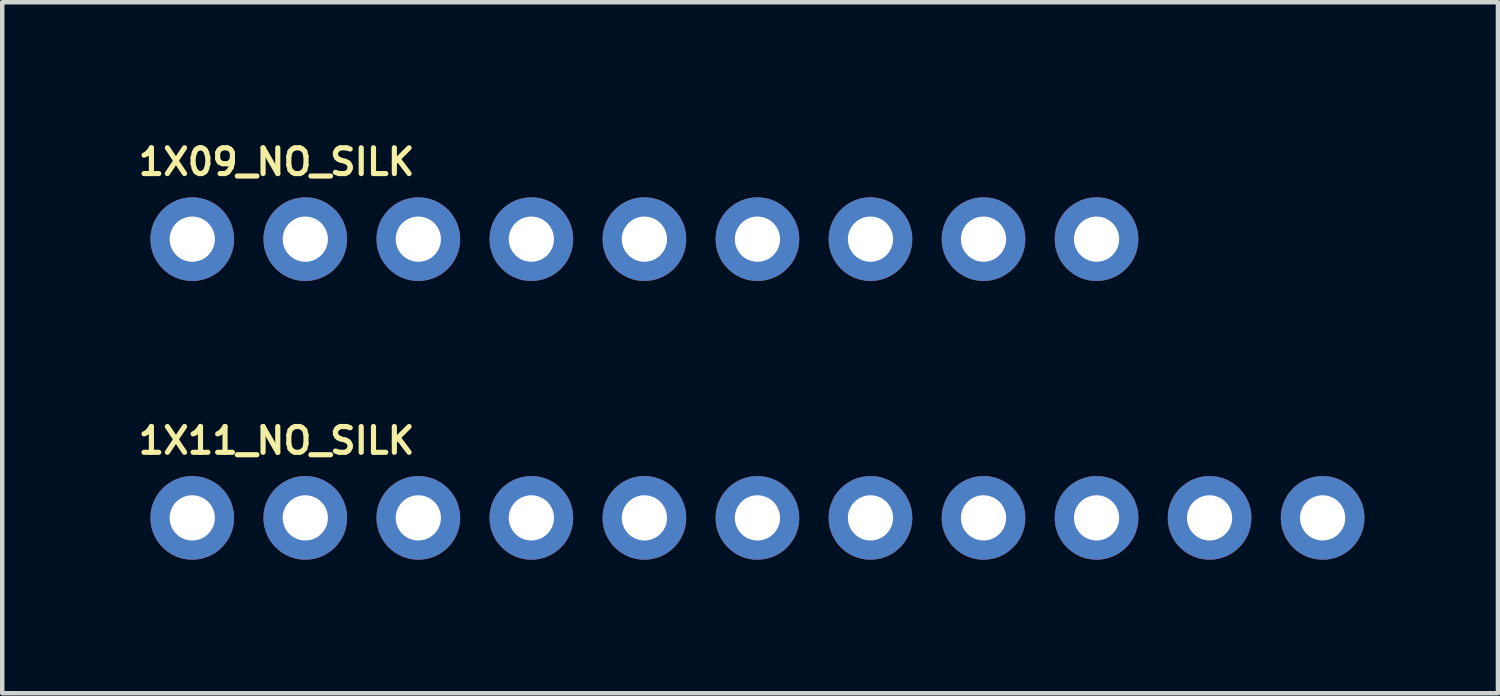
<source format=kicad_pcb>
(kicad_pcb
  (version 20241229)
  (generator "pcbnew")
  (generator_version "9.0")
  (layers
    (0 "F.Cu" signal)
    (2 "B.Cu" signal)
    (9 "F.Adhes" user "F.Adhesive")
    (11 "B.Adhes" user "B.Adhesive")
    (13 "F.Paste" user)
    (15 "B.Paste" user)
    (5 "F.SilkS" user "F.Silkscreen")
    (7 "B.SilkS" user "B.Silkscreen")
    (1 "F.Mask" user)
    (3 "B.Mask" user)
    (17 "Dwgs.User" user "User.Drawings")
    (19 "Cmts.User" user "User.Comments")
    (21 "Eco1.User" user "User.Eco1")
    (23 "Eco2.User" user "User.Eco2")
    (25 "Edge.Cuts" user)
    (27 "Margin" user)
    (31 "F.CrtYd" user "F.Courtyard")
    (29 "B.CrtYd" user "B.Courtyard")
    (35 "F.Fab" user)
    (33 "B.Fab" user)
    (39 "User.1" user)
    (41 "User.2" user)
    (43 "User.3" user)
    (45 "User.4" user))
  (footprint "1X09_NO_SILK"
    (layer "F.Cu")
    (at 1.27 2.324)
    (property "Reference" "1X09_NO_SILK" (at -1.27 -1.397 0) (layer "F.SilkS") (effects (font (size 0.579 0.579) (thickness 0.116)) (justify left bottom)))
    (attr through_hole)
    (fp_poly (pts (xy -0.254 0.254) (xy 0.254 0.254) (xy 0.254 -0.254) (xy -0.254 -0.254)) (stroke (width 0.1) (type solid)) (fill no) (layer "F.Fab"))
    (fp_poly (pts (xy 2.286 0.254) (xy 2.794 0.254) (xy 2.794 -0.254) (xy 2.286 -0.254)) (stroke (width 0.1) (type solid)) (fill no) (layer "F.Fab"))
    (fp_poly (pts (xy 4.826 0.254) (xy 5.334 0.254) (xy 5.334 -0.254) (xy 4.826 -0.254)) (stroke (width 0.1) (type solid)) (fill no) (layer "F.Fab"))
    (fp_poly (pts (xy 7.366 0.254) (xy 7.874 0.254) (xy 7.874 -0.254) (xy 7.366 -0.254)) (stroke (width 0.1) (type solid)) (fill no) (layer "F.Fab"))
    (fp_poly (pts (xy 9.906 0.254) (xy 10.414 0.254) (xy 10.414 -0.254) (xy 9.906 -0.254)) (stroke (width 0.1) (type solid)) (fill no) (layer "F.Fab"))
    (fp_poly (pts (xy 12.446 0.254) (xy 12.954 0.254) (xy 12.954 -0.254) (xy 12.446 -0.254)) (stroke (width 0.1) (type solid)) (fill no) (layer "F.Fab"))
    (fp_poly (pts (xy 14.986 0.254) (xy 15.494 0.254) (xy 15.494 -0.254) (xy 14.986 -0.254)) (stroke (width 0.1) (type solid)) (fill no) (layer "F.Fab"))
    (fp_poly (pts (xy 17.526 0.254) (xy 18.034 0.254) (xy 18.034 -0.254) (xy 17.526 -0.254)) (stroke (width 0.1) (type solid)) (fill no) (layer "F.Fab"))
    (fp_poly (pts (xy 20.066 0.254) (xy 20.574 0.254) (xy 20.574 -0.254) (xy 20.066 -0.254)) (stroke (width 0.1) (type solid)) (fill no) (layer "F.Fab"))
    (pad "1" thru_hole circle (at 0 0 90) (size 1.88 1.88) (drill 1.016) (layers "*.Cu" "*.Mask"))
    (pad "2" thru_hole circle (at 2.54 0 90) (size 1.88 1.88) (drill 1.016) (layers "*.Cu" "*.Mask"))
    (pad "3" thru_hole circle (at 5.08 0 90) (size 1.88 1.88) (drill 1.016) (layers "*.Cu" "*.Mask"))
    (pad "4" thru_hole circle (at 7.62 0 90) (size 1.88 1.88) (drill 1.016) (layers "*.Cu" "*.Mask"))
    (pad "5" thru_hole circle (at 10.16 0 90) (size 1.88 1.88) (drill 1.016) (layers "*.Cu" "*.Mask"))
    (pad "6" thru_hole circle (at 12.7 0 90) (size 1.88 1.88) (drill 1.016) (layers "*.Cu" "*.Mask"))
    (pad "7" thru_hole circle (at 15.24 0 90) (size 1.88 1.88) (drill 1.016) (layers "*.Cu" "*.Mask"))
    (pad "8" thru_hole circle (at 17.78 0 90) (size 1.88 1.88) (drill 1.016) (layers "*.Cu" "*.Mask"))
    (pad "9" thru_hole circle (at 20.32 0 90) (size 1.88 1.88) (drill 1.016) (layers "*.Cu" "*.Mask")))
  (footprint "1X11_NO_SILK"
    (layer "F.Cu")
    (at 1.27 8.587)
    (property "Reference" "1X11_NO_SILK" (at -1.27 -1.397 180) (layer "F.SilkS") (effects (font (size 0.579 0.579) (thickness 0.116)) (justify left bottom)))
    (attr through_hole)
    (fp_poly (pts (xy -0.254 0.254) (xy 0.254 0.254) (xy 0.254 -0.254) (xy -0.254 -0.254)) (stroke (width 0.1) (type solid)) (fill no) (layer "F.Fab"))
    (fp_poly (pts (xy 2.286 0.254) (xy 2.794 0.254) (xy 2.794 -0.254) (xy 2.286 -0.254)) (stroke (width 0.1) (type solid)) (fill no) (layer "F.Fab"))
    (fp_poly (pts (xy 4.826 0.254) (xy 5.334 0.254) (xy 5.334 -0.254) (xy 4.826 -0.254)) (stroke (width 0.1) (type solid)) (fill no) (layer "F.Fab"))
    (fp_poly (pts (xy 7.366 0.254) (xy 7.874 0.254) (xy 7.874 -0.254) (xy 7.366 -0.254)) (stroke (width 0.1) (type solid)) (fill no) (layer "F.Fab"))
    (fp_poly (pts (xy 9.906 0.254) (xy 10.414 0.254) (xy 10.414 -0.254) (xy 9.906 -0.254)) (stroke (width 0.1) (type solid)) (fill no) (layer "F.Fab"))
    (fp_poly (pts (xy 12.446 0.254) (xy 12.954 0.254) (xy 12.954 -0.254) (xy 12.446 -0.254)) (stroke (width 0.1) (type solid)) (fill no) (layer "F.Fab"))
    (fp_poly (pts (xy 14.986 0.254) (xy 15.494 0.254) (xy 15.494 -0.254) (xy 14.986 -0.254)) (stroke (width 0.1) (type solid)) (fill no) (layer "F.Fab"))
    (fp_poly (pts (xy 17.526 0.254) (xy 18.034 0.254) (xy 18.034 -0.254) (xy 17.526 -0.254)) (stroke (width 0.1) (type solid)) (fill no) (layer "F.Fab"))
    (fp_poly (pts (xy 20.066 0.254) (xy 20.574 0.254) (xy 20.574 -0.254) (xy 20.066 -0.254)) (stroke (width 0.1) (type solid)) (fill no) (layer "F.Fab"))
    (fp_poly (pts (xy 22.606 0.254) (xy 23.114 0.254) (xy 23.114 -0.254) (xy 22.606 -0.254)) (stroke (width 0.1) (type solid)) (fill no) (layer "F.Fab"))
    (fp_poly (pts (xy 25.146 0.254) (xy 25.654 0.254) (xy 25.654 -0.254) (xy 25.146 -0.254)) (stroke (width 0.1) (type solid)) (fill no) (layer "F.Fab"))
    (pad "1" thru_hole circle (at 0 0 90) (size 1.88 1.88) (drill 1.016) (layers "*.Cu" "*.Mask"))
    (pad "2" thru_hole circle (at 2.54 0 90) (size 1.88 1.88) (drill 1.016) (layers "*.Cu" "*.Mask"))
    (pad "3" thru_hole circle (at 5.08 0 90) (size 1.88 1.88) (drill 1.016) (layers "*.Cu" "*.Mask"))
    (pad "4" thru_hole circle (at 7.62 0 90) (size 1.88 1.88) (drill 1.016) (layers "*.Cu" "*.Mask"))
    (pad "5" thru_hole circle (at 10.16 0 90) (size 1.88 1.88) (drill 1.016) (layers "*.Cu" "*.Mask"))
    (pad "6" thru_hole circle (at 12.7 0 90) (size 1.88 1.88) (drill 1.016) (layers "*.Cu" "*.Mask"))
    (pad "7" thru_hole circle (at 15.24 0 90) (size 1.88 1.88) (drill 1.016) (layers "*.Cu" "*.Mask"))
    (pad "8" thru_hole circle (at 17.78 0 90) (size 1.88 1.88) (drill 1.016) (layers "*.Cu" "*.Mask"))
    (pad "9" thru_hole circle (at 20.32 0 90) (size 1.88 1.88) (drill 1.016) (layers "*.Cu" "*.Mask"))
    (pad "10" thru_hole circle (at 22.86 0 90) (size 1.88 1.88) (drill 1.016) (layers "*.Cu" "*.Mask"))
    (pad "11" thru_hole circle (at 25.4 0 90) (size 1.88 1.88) (drill 1.016) (layers "*.Cu" "*.Mask")))
  (gr_rect
    (start -3 -3)
    (end 30.61 12.527)
    (stroke (width 0.1) (type default))
    (fill no)
    (layer "Edge.Cuts")))
</source>
